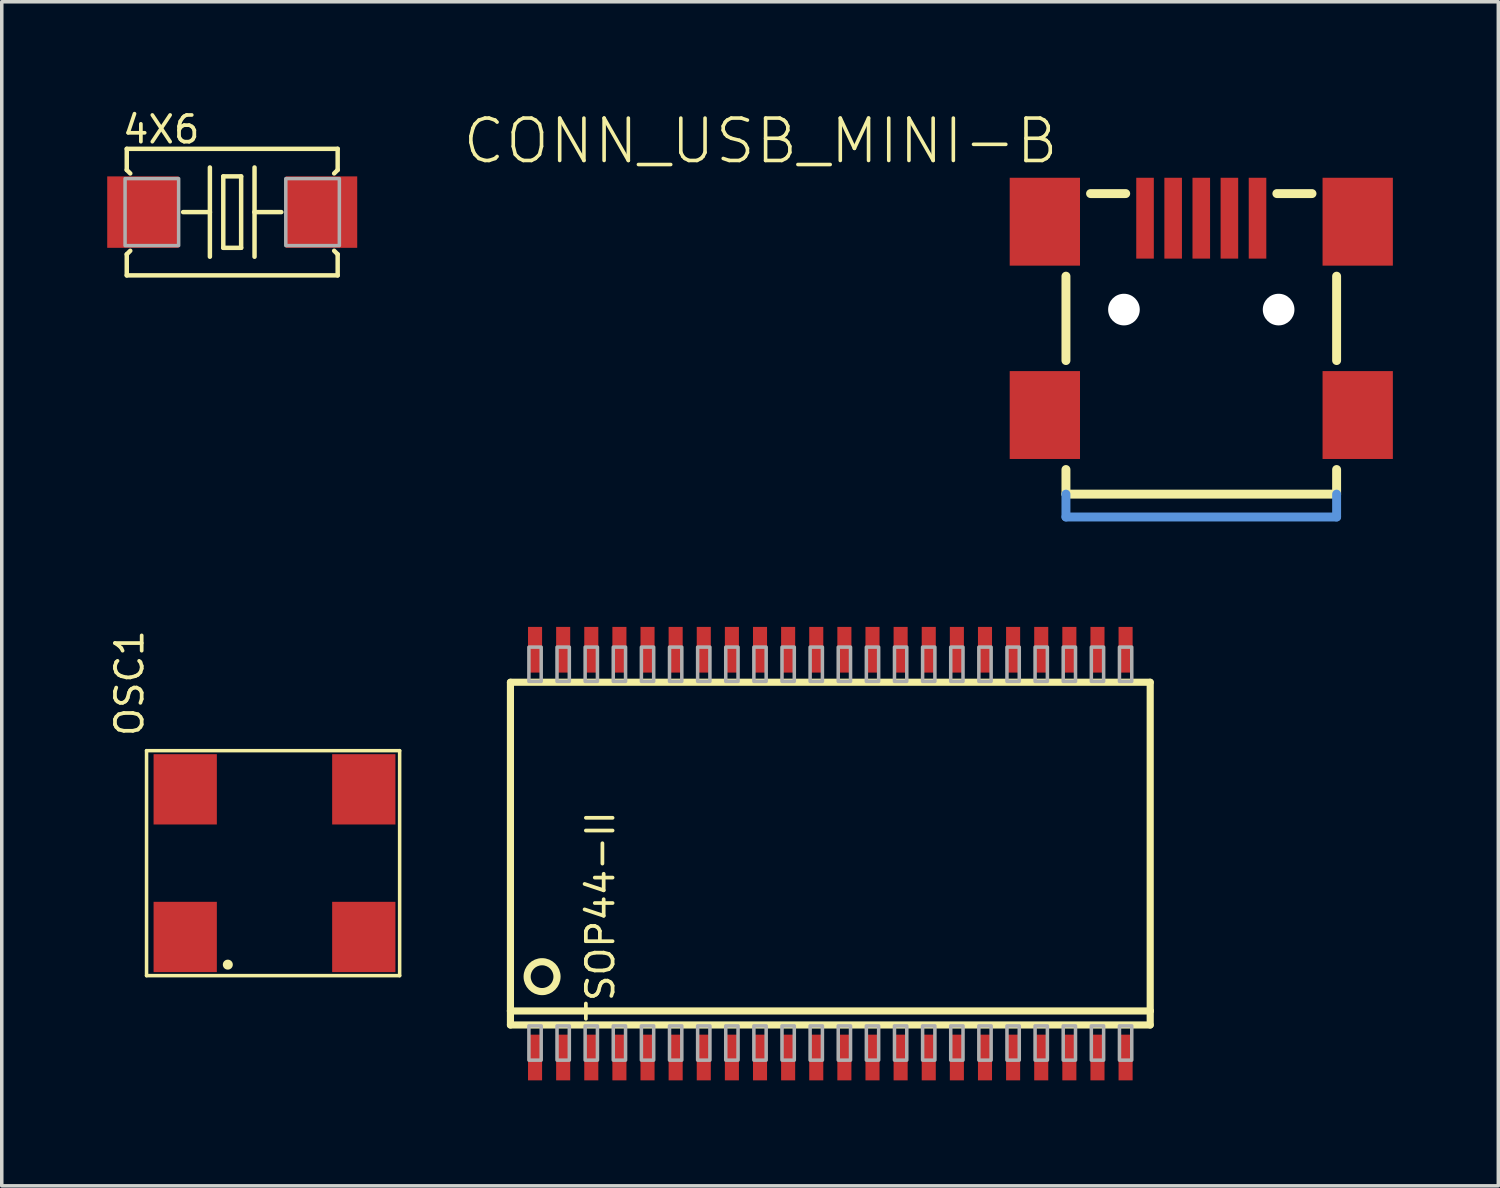
<source format=kicad_pcb>
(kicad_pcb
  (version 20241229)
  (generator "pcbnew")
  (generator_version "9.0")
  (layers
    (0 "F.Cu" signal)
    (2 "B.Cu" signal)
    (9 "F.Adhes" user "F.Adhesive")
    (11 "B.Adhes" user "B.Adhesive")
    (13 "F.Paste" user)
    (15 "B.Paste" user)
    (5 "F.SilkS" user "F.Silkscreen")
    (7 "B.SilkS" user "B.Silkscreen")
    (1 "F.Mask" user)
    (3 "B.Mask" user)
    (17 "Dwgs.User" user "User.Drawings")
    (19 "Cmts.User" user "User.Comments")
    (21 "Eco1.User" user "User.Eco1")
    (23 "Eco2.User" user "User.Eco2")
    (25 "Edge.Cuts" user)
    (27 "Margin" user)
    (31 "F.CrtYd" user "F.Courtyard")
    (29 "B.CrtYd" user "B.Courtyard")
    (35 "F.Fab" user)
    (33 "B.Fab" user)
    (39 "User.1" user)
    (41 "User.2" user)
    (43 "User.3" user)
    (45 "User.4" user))
  (footprint "TSOP44-II"
    (layer "F.Cu")
    (at 20.571 21.234)
    (property "Reference" "TSOP44-II" (at -6.985 -1.27 270) (layer "F.SilkS") (effects (font (size 0.76 0.76) (thickness 0.106)) (justify right top)))
    (attr through_hole)
    (fp_line (start -9.1 -4.875) (end -9.1 4.475) (stroke (width 0.203) (type solid)) (layer "F.SilkS"))
    (fp_line (start -9.1 4.475) (end -9.1 4.875) (stroke (width 0.203) (type solid)) (layer "F.SilkS"))
    (fp_line (start -9.1 4.475) (end 9.1 4.475) (stroke (width 0.203) (type solid)) (layer "F.SilkS"))
    (fp_line (start -9.1 4.875) (end 9.1 4.875) (stroke (width 0.203) (type solid)) (layer "F.SilkS"))
    (fp_line (start 9.1 -4.875) (end -9.1 -4.875) (stroke (width 0.203) (type solid)) (layer "F.SilkS"))
    (fp_line (start 9.1 4.475) (end 9.1 -4.875) (stroke (width 0.203) (type solid)) (layer "F.SilkS"))
    (fp_line (start 9.1 4.875) (end 9.1 4.475) (stroke (width 0.203) (type solid)) (layer "F.SilkS"))
    (fp_circle (center -8.2 3.5) (end -7.775 3.5) (stroke (width 0.203) (type solid)) (fill no) (layer "F.SilkS"))
    (fp_poly (pts (xy -8.575 5.875) (xy -8.225 5.875) (xy -8.225 4.9) (xy -8.575 4.9)) (stroke (width 0.1) (type solid)) (fill no) (layer "F.Fab"))
    (fp_poly (pts (xy -8.225 -5.875) (xy -8.575 -5.875) (xy -8.575 -4.9) (xy -8.225 -4.9)) (stroke (width 0.1) (type solid)) (fill no) (layer "F.Fab"))
    (fp_poly (pts (xy -7.775 5.875) (xy -7.425 5.875) (xy -7.425 4.9) (xy -7.775 4.9)) (stroke (width 0.1) (type solid)) (fill no) (layer "F.Fab"))
    (fp_poly (pts (xy -7.425 -5.875) (xy -7.775 -5.875) (xy -7.775 -4.9) (xy -7.425 -4.9)) (stroke (width 0.1) (type solid)) (fill no) (layer "F.Fab"))
    (fp_poly (pts (xy -6.975 5.875) (xy -6.625 5.875) (xy -6.625 4.9) (xy -6.975 4.9)) (stroke (width 0.1) (type solid)) (fill no) (layer "F.Fab"))
    (fp_poly (pts (xy -6.625 -5.875) (xy -6.975 -5.875) (xy -6.975 -4.9) (xy -6.625 -4.9)) (stroke (width 0.1) (type solid)) (fill no) (layer "F.Fab"))
    (fp_poly (pts (xy -6.175 5.875) (xy -5.825 5.875) (xy -5.825 4.9) (xy -6.175 4.9)) (stroke (width 0.1) (type solid)) (fill no) (layer "F.Fab"))
    (fp_poly (pts (xy -5.825 -5.875) (xy -6.175 -5.875) (xy -6.175 -4.9) (xy -5.825 -4.9)) (stroke (width 0.1) (type solid)) (fill no) (layer "F.Fab"))
    (fp_poly (pts (xy -5.375 5.875) (xy -5.025 5.875) (xy -5.025 4.9) (xy -5.375 4.9)) (stroke (width 0.1) (type solid)) (fill no) (layer "F.Fab"))
    (fp_poly (pts (xy -5.025 -5.875) (xy -5.375 -5.875) (xy -5.375 -4.9) (xy -5.025 -4.9)) (stroke (width 0.1) (type solid)) (fill no) (layer "F.Fab"))
    (fp_poly (pts (xy -4.575 5.875) (xy -4.225 5.875) (xy -4.225 4.9) (xy -4.575 4.9)) (stroke (width 0.1) (type solid)) (fill no) (layer "F.Fab"))
    (fp_poly (pts (xy -4.225 -5.875) (xy -4.575 -5.875) (xy -4.575 -4.9) (xy -4.225 -4.9)) (stroke (width 0.1) (type solid)) (fill no) (layer "F.Fab"))
    (fp_poly (pts (xy -3.775 5.875) (xy -3.425 5.875) (xy -3.425 4.9) (xy -3.775 4.9)) (stroke (width 0.1) (type solid)) (fill no) (layer "F.Fab"))
    (fp_poly (pts (xy -3.425 -5.875) (xy -3.775 -5.875) (xy -3.775 -4.9) (xy -3.425 -4.9)) (stroke (width 0.1) (type solid)) (fill no) (layer "F.Fab"))
    (fp_poly (pts (xy -2.975 5.875) (xy -2.625 5.875) (xy -2.625 4.9) (xy -2.975 4.9)) (stroke (width 0.1) (type solid)) (fill no) (layer "F.Fab"))
    (fp_poly (pts (xy -2.625 -5.875) (xy -2.975 -5.875) (xy -2.975 -4.9) (xy -2.625 -4.9)) (stroke (width 0.1) (type solid)) (fill no) (layer "F.Fab"))
    (fp_poly (pts (xy -2.175 5.875) (xy -1.825 5.875) (xy -1.825 4.9) (xy -2.175 4.9)) (stroke (width 0.1) (type solid)) (fill no) (layer "F.Fab"))
    (fp_poly (pts (xy -1.825 -5.875) (xy -2.175 -5.875) (xy -2.175 -4.9) (xy -1.825 -4.9)) (stroke (width 0.1) (type solid)) (fill no) (layer "F.Fab"))
    (fp_poly (pts (xy -1.375 5.875) (xy -1.025 5.875) (xy -1.025 4.9) (xy -1.375 4.9)) (stroke (width 0.1) (type solid)) (fill no) (layer "F.Fab"))
    (fp_poly (pts (xy -1.025 -5.875) (xy -1.375 -5.875) (xy -1.375 -4.9) (xy -1.025 -4.9)) (stroke (width 0.1) (type solid)) (fill no) (layer "F.Fab"))
    (fp_poly (pts (xy -0.575 5.875) (xy -0.225 5.875) (xy -0.225 4.9) (xy -0.575 4.9)) (stroke (width 0.1) (type solid)) (fill no) (layer "F.Fab"))
    (fp_poly (pts (xy -0.225 -5.875) (xy -0.575 -5.875) (xy -0.575 -4.9) (xy -0.225 -4.9)) (stroke (width 0.1) (type solid)) (fill no) (layer "F.Fab"))
    (fp_poly (pts (xy 0.225 5.875) (xy 0.575 5.875) (xy 0.575 4.9) (xy 0.225 4.9)) (stroke (width 0.1) (type solid)) (fill no) (layer "F.Fab"))
    (fp_poly (pts (xy 0.575 -5.875) (xy 0.225 -5.875) (xy 0.225 -4.9) (xy 0.575 -4.9)) (stroke (width 0.1) (type solid)) (fill no) (layer "F.Fab"))
    (fp_poly (pts (xy 1.025 5.875) (xy 1.375 5.875) (xy 1.375 4.9) (xy 1.025 4.9)) (stroke (width 0.1) (type solid)) (fill no) (layer "F.Fab"))
    (fp_poly (pts (xy 1.375 -5.875) (xy 1.025 -5.875) (xy 1.025 -4.9) (xy 1.375 -4.9)) (stroke (width 0.1) (type solid)) (fill no) (layer "F.Fab"))
    (fp_poly (pts (xy 1.825 5.875) (xy 2.175 5.875) (xy 2.175 4.9) (xy 1.825 4.9)) (stroke (width 0.1) (type solid)) (fill no) (layer "F.Fab"))
    (fp_poly (pts (xy 2.175 -5.875) (xy 1.825 -5.875) (xy 1.825 -4.9) (xy 2.175 -4.9)) (stroke (width 0.1) (type solid)) (fill no) (layer "F.Fab"))
    (fp_poly (pts (xy 2.625 5.875) (xy 2.975 5.875) (xy 2.975 4.9) (xy 2.625 4.9)) (stroke (width 0.1) (type solid)) (fill no) (layer "F.Fab"))
    (fp_poly (pts (xy 2.975 -5.875) (xy 2.625 -5.875) (xy 2.625 -4.9) (xy 2.975 -4.9)) (stroke (width 0.1) (type solid)) (fill no) (layer "F.Fab"))
    (fp_poly (pts (xy 3.425 5.875) (xy 3.775 5.875) (xy 3.775 4.9) (xy 3.425 4.9)) (stroke (width 0.1) (type solid)) (fill no) (layer "F.Fab"))
    (fp_poly (pts (xy 3.775 -5.875) (xy 3.425 -5.875) (xy 3.425 -4.9) (xy 3.775 -4.9)) (stroke (width 0.1) (type solid)) (fill no) (layer "F.Fab"))
    (fp_poly (pts (xy 4.225 5.875) (xy 4.575 5.875) (xy 4.575 4.9) (xy 4.225 4.9)) (stroke (width 0.1) (type solid)) (fill no) (layer "F.Fab"))
    (fp_poly (pts (xy 4.575 -5.875) (xy 4.225 -5.875) (xy 4.225 -4.9) (xy 4.575 -4.9)) (stroke (width 0.1) (type solid)) (fill no) (layer "F.Fab"))
    (fp_poly (pts (xy 5.025 5.875) (xy 5.375 5.875) (xy 5.375 4.9) (xy 5.025 4.9)) (stroke (width 0.1) (type solid)) (fill no) (layer "F.Fab"))
    (fp_poly (pts (xy 5.375 -5.875) (xy 5.025 -5.875) (xy 5.025 -4.9) (xy 5.375 -4.9)) (stroke (width 0.1) (type solid)) (fill no) (layer "F.Fab"))
    (fp_poly (pts (xy 5.825 5.875) (xy 6.175 5.875) (xy 6.175 4.9) (xy 5.825 4.9)) (stroke (width 0.1) (type solid)) (fill no) (layer "F.Fab"))
    (fp_poly (pts (xy 6.175 -5.875) (xy 5.825 -5.875) (xy 5.825 -4.9) (xy 6.175 -4.9)) (stroke (width 0.1) (type solid)) (fill no) (layer "F.Fab"))
    (fp_poly (pts (xy 6.625 5.875) (xy 6.975 5.875) (xy 6.975 4.9) (xy 6.625 4.9)) (stroke (width 0.1) (type solid)) (fill no) (layer "F.Fab"))
    (fp_poly (pts (xy 6.975 -5.875) (xy 6.625 -5.875) (xy 6.625 -4.9) (xy 6.975 -4.9)) (stroke (width 0.1) (type solid)) (fill no) (layer "F.Fab"))
    (fp_poly (pts (xy 7.425 5.875) (xy 7.775 5.875) (xy 7.775 4.9) (xy 7.425 4.9)) (stroke (width 0.1) (type solid)) (fill no) (layer "F.Fab"))
    (fp_poly (pts (xy 7.775 -5.875) (xy 7.425 -5.875) (xy 7.425 -4.9) (xy 7.775 -4.9)) (stroke (width 0.1) (type solid)) (fill no) (layer "F.Fab"))
    (fp_poly (pts (xy 8.225 5.875) (xy 8.575 5.875) (xy 8.575 4.9) (xy 8.225 4.9)) (stroke (width 0.1) (type solid)) (fill no) (layer "F.Fab"))
    (fp_poly (pts (xy 8.575 -5.875) (xy 8.225 -5.875) (xy 8.225 -4.9) (xy 8.575 -4.9)) (stroke (width 0.1) (type solid)) (fill no) (layer "F.Fab"))
    (pad "1" smd rect (at -8.4 5.8) (size 0.4 1.3) (layers "F.Cu" "F.Mask" "F.Paste"))
    (pad "2" smd rect (at -7.6 5.8) (size 0.4 1.3) (layers "F.Cu" "F.Mask" "F.Paste"))
    (pad "3" smd rect (at -6.8 5.8) (size 0.4 1.3) (layers "F.Cu" "F.Mask" "F.Paste"))
    (pad "4" smd rect (at -6 5.8) (size 0.4 1.3) (layers "F.Cu" "F.Mask" "F.Paste"))
    (pad "5" smd rect (at -5.2 5.8) (size 0.4 1.3) (layers "F.Cu" "F.Mask" "F.Paste"))
    (pad "6" smd rect (at -4.4 5.8) (size 0.4 1.3) (layers "F.Cu" "F.Mask" "F.Paste"))
    (pad "7" smd rect (at -3.6 5.8) (size 0.4 1.3) (layers "F.Cu" "F.Mask" "F.Paste"))
    (pad "8" smd rect (at -2.8 5.8) (size 0.4 1.3) (layers "F.Cu" "F.Mask" "F.Paste"))
    (pad "9" smd rect (at -2 5.8) (size 0.4 1.3) (layers "F.Cu" "F.Mask" "F.Paste"))
    (pad "10" smd rect (at -1.2 5.8) (size 0.4 1.3) (layers "F.Cu" "F.Mask" "F.Paste"))
    (pad "11" smd rect (at -0.4 5.8) (size 0.4 1.3) (layers "F.Cu" "F.Mask" "F.Paste"))
    (pad "12" smd rect (at 0.4 5.8) (size 0.4 1.3) (layers "F.Cu" "F.Mask" "F.Paste"))
    (pad "13" smd rect (at 1.2 5.8) (size 0.4 1.3) (layers "F.Cu" "F.Mask" "F.Paste"))
    (pad "14" smd rect (at 2 5.8) (size 0.4 1.3) (layers "F.Cu" "F.Mask" "F.Paste"))
    (pad "15" smd rect (at 2.8 5.8) (size 0.4 1.3) (layers "F.Cu" "F.Mask" "F.Paste"))
    (pad "16" smd rect (at 3.6 5.8) (size 0.4 1.3) (layers "F.Cu" "F.Mask" "F.Paste"))
    (pad "17" smd rect (at 4.4 5.8) (size 0.4 1.3) (layers "F.Cu" "F.Mask" "F.Paste"))
    (pad "18" smd rect (at 5.2 5.8) (size 0.4 1.3) (layers "F.Cu" "F.Mask" "F.Paste"))
    (pad "19" smd rect (at 6 5.8) (size 0.4 1.3) (layers "F.Cu" "F.Mask" "F.Paste"))
    (pad "20" smd rect (at 6.8 5.8) (size 0.4 1.3) (layers "F.Cu" "F.Mask" "F.Paste"))
    (pad "21" smd rect (at 7.6 5.8) (size 0.4 1.3) (layers "F.Cu" "F.Mask" "F.Paste"))
    (pad "22" smd rect (at 8.4 5.8) (size 0.4 1.3) (layers "F.Cu" "F.Mask" "F.Paste"))
    (pad "23" smd rect (at 8.4 -5.8 180) (size 0.4 1.3) (layers "F.Cu" "F.Mask" "F.Paste"))
    (pad "24" smd rect (at 7.6 -5.8 180) (size 0.4 1.3) (layers "F.Cu" "F.Mask" "F.Paste"))
    (pad "25" smd rect (at 6.8 -5.8 180) (size 0.4 1.3) (layers "F.Cu" "F.Mask" "F.Paste"))
    (pad "26" smd rect (at 6 -5.8 180) (size 0.4 1.3) (layers "F.Cu" "F.Mask" "F.Paste"))
    (pad "27" smd rect (at 5.2 -5.8 180) (size 0.4 1.3) (layers "F.Cu" "F.Mask" "F.Paste"))
    (pad "28" smd rect (at 4.4 -5.8 180) (size 0.4 1.3) (layers "F.Cu" "F.Mask" "F.Paste"))
    (pad "29" smd rect (at 3.6 -5.8 180) (size 0.4 1.3) (layers "F.Cu" "F.Mask" "F.Paste"))
    (pad "30" smd rect (at 2.8 -5.8 180) (size 0.4 1.3) (layers "F.Cu" "F.Mask" "F.Paste"))
    (pad "31" smd rect (at 2 -5.8 180) (size 0.4 1.3) (layers "F.Cu" "F.Mask" "F.Paste"))
    (pad "32" smd rect (at 1.2 -5.8 180) (size 0.4 1.3) (layers "F.Cu" "F.Mask" "F.Paste"))
    (pad "33" smd rect (at 0.4 -5.8 180) (size 0.4 1.3) (layers "F.Cu" "F.Mask" "F.Paste"))
    (pad "34" smd rect (at -0.4 -5.8 180) (size 0.4 1.3) (layers "F.Cu" "F.Mask" "F.Paste"))
    (pad "35" smd rect (at -1.2 -5.8 180) (size 0.4 1.3) (layers "F.Cu" "F.Mask" "F.Paste"))
    (pad "36" smd rect (at -2 -5.8 180) (size 0.4 1.3) (layers "F.Cu" "F.Mask" "F.Paste"))
    (pad "37" smd rect (at -2.8 -5.8 180) (size 0.4 1.3) (layers "F.Cu" "F.Mask" "F.Paste"))
    (pad "38" smd rect (at -3.6 -5.8 180) (size 0.4 1.3) (layers "F.Cu" "F.Mask" "F.Paste"))
    (pad "39" smd rect (at -4.4 -5.8 180) (size 0.4 1.3) (layers "F.Cu" "F.Mask" "F.Paste"))
    (pad "40" smd rect (at -5.2 -5.8 180) (size 0.4 1.3) (layers "F.Cu" "F.Mask" "F.Paste"))
    (pad "41" smd rect (at -6 -5.8 180) (size 0.4 1.3) (layers "F.Cu" "F.Mask" "F.Paste"))
    (pad "42" smd rect (at -6.8 -5.8 180) (size 0.4 1.3) (layers "F.Cu" "F.Mask" "F.Paste"))
    (pad "43" smd rect (at -7.6 -5.8 180) (size 0.4 1.3) (layers "F.Cu" "F.Mask" "F.Paste"))
    (pad "44" smd rect (at -8.4 -5.8 180) (size 0.4 1.3) (layers "F.Cu" "F.Mask" "F.Paste")))
  (footprint "OSC1"
    (layer "F.Cu")
    (at 2.219 23.605)
    (property "Reference" "OSC1" (at -1.14 -5.65 90) (layer "F.SilkS") (effects (font (size 0.76 0.76) (thickness 0.106)) (justify left bottom)))
    (attr through_hole)
    (fp_line (start -1.1 -5.3) (end -1.1 1.1) (stroke (width 0.1) (type solid)) (layer "F.SilkS"))
    (fp_line (start -1.1 -5.3) (end 6.1 -5.3) (stroke (width 0.1) (type solid)) (layer "F.SilkS"))
    (fp_line (start -1.1 1.1) (end 6.1 1.1) (stroke (width 0.1) (type solid)) (layer "F.SilkS"))
    (fp_line (start 6.1 -5.3) (end 6.1 1.1) (stroke (width 0.1) (type solid)) (layer "F.SilkS"))
    (fp_circle (center 1.212 0.787) (end 1.354 0.787) (stroke (width 0) (type solid)) (fill yes) (layer "F.SilkS"))
    (pad "1@1" smd rect (at 0 0) (size 1.8 2) (layers "F.Cu" "F.Mask" "F.Paste"))
    (pad "2@2" smd rect (at 5.08 0) (size 1.8 2) (layers "F.Cu" "F.Mask" "F.Paste"))
    (pad "3@3" smd rect (at 5.08 -4.2) (size 1.8 2) (layers "F.Cu" "F.Mask" "F.Paste"))
    (pad "4@4" smd rect (at 0 -4.2) (size 1.8 2) (layers "F.Cu" "F.Mask" "F.Paste")))
  (footprint "4X6"
    (layer "F.Cu")
    (at 3.556 2.984)
    (property "Reference" "4X6" (at -3.175 -1.905 180) (layer "F.SilkS") (effects (font (size 0.76 0.76) (thickness 0.106)) (justify left bottom)))
    (attr through_hole)
    (fp_line (start -3 -1.8) (end -3 -1.2) (stroke (width 0.127) (type solid)) (layer "F.SilkS"))
    (fp_line (start -3 -1.2) (end -2.9 -1.1) (stroke (width 0.127) (type solid)) (layer "F.SilkS"))
    (fp_line (start -3 1.2) (end -3 1.8) (stroke (width 0.127) (type solid)) (layer "F.SilkS"))
    (fp_line (start -3 1.8) (end 3 1.8) (stroke (width 0.127) (type solid)) (layer "F.SilkS"))
    (fp_line (start -2.9 1.1) (end -3 1.2) (stroke (width 0.127) (type solid)) (layer "F.SilkS"))
    (fp_line (start -0.635 -1.27) (end -0.635 0) (stroke (width 0.127) (type solid)) (layer "F.SilkS"))
    (fp_line (start -0.635 0) (end -1.397 0) (stroke (width 0.127) (type solid)) (layer "F.SilkS"))
    (fp_line (start -0.635 0) (end -0.635 1.27) (stroke (width 0.127) (type solid)) (layer "F.SilkS"))
    (fp_line (start -0.254 -1.016) (end -0.254 1.016) (stroke (width 0.127) (type solid)) (layer "F.SilkS"))
    (fp_line (start -0.254 1.016) (end 0.254 1.016) (stroke (width 0.127) (type solid)) (layer "F.SilkS"))
    (fp_line (start 0.254 -1.016) (end -0.254 -1.016) (stroke (width 0.127) (type solid)) (layer "F.SilkS"))
    (fp_line (start 0.254 1.016) (end 0.254 -1.016) (stroke (width 0.127) (type solid)) (layer "F.SilkS"))
    (fp_line (start 0.635 -1.27) (end 0.635 0) (stroke (width 0.127) (type solid)) (layer "F.SilkS"))
    (fp_line (start 0.635 0) (end 0.635 1.27) (stroke (width 0.127) (type solid)) (layer "F.SilkS"))
    (fp_line (start 0.635 0) (end 1.397 0) (stroke (width 0.127) (type solid)) (layer "F.SilkS"))
    (fp_line (start 2.9 -1.1) (end 3 -1.2) (stroke (width 0.127) (type solid)) (layer "F.SilkS"))
    (fp_line (start 3 -1.8) (end -3 -1.8) (stroke (width 0.127) (type solid)) (layer "F.SilkS"))
    (fp_line (start 3 -1.2) (end 3 -1.8) (stroke (width 0.127) (type solid)) (layer "F.SilkS"))
    (fp_line (start 3 1.2) (end 2.9 1.1) (stroke (width 0.127) (type solid)) (layer "F.SilkS"))
    (fp_line (start 3 1.8) (end 3 1.2) (stroke (width 0.127) (type solid)) (layer "F.SilkS"))
    (fp_poly (pts (xy -3.048 0.953) (xy -1.524 0.953) (xy -1.524 -0.953) (xy -3.048 -0.953)) (stroke (width 0.1) (type solid)) (fill no) (layer "F.Fab"))
    (fp_poly (pts (xy 1.524 0.953) (xy 3.048 0.953) (xy 3.048 -0.953) (xy 1.524 -0.953)) (stroke (width 0.1) (type solid)) (fill no) (layer "F.Fab"))
    (pad "1" smd rect (at -2.54 0) (size 2.032 2.032) (layers "F.Cu" "F.Mask" "F.Paste"))
    (pad "2" smd rect (at 2.54 0) (size 2.032 2.032) (layers "F.Cu" "F.Mask" "F.Paste")))
  (footprint "CONN_USB_MINI-B"
    (layer "F.Cu")
    (at 31.124 5.757)
    (property "Reference" "CONN_USB_MINI-B" (at -4 -5.5 0) (layer "F.SilkS") (effects (font (size 1.206 1.206) (thickness 0.102)) (justify right top)))
    (attr through_hole)
    (fp_line (start -3.85 -0.95) (end -3.85 1.45) (stroke (width 0.254) (type solid)) (layer "F.SilkS"))
    (fp_line (start -3.85 4.55) (end -3.85 5.25) (stroke (width 0.254) (type solid)) (layer "F.SilkS"))
    (fp_line (start -3.15 -3.3) (end -2.15 -3.3) (stroke (width 0.254) (type solid)) (layer "F.SilkS"))
    (fp_line (start 2.15 -3.3) (end 3.15 -3.3) (stroke (width 0.254) (type solid)) (layer "F.SilkS"))
    (fp_line (start 3.85 -0.95) (end 3.85 1.45) (stroke (width 0.254) (type solid)) (layer "F.SilkS"))
    (fp_line (start 3.85 4.55) (end 3.85 5.25) (stroke (width 0.254) (type solid)) (layer "F.SilkS"))
    (fp_line (start 3.85 5.25) (end -3.85 5.25) (stroke (width 0.254) (type solid)) (layer "F.SilkS"))
    (fp_line (start -3.85 5.25) (end -3.85 5.9) (stroke (width 0.254) (type solid)) (layer "Cmts.User"))
    (fp_line (start -3.85 5.9) (end 3.85 5.9) (stroke (width 0.254) (type solid)) (layer "Cmts.User"))
    (fp_line (start 3.85 5.9) (end 3.85 5.25) (stroke (width 0.254) (type solid)) (layer "Cmts.User"))
    (pad "" np_thru_hole circle (at -2.2 0) (size 0.9 0.9) (drill 0.9) (layers "*.Cu"))
    (pad "" np_thru_hole circle (at 2.2 0) (size 0.9 0.9) (drill 0.9) (layers "*.Cu"))
    (pad "BODY@1" smd rect (at -4.45 -2.5) (size 2 2.5) (layers "F.Cu" "F.Mask" "F.Paste"))
    (pad "BODY@2" smd rect (at 4.45 -2.5) (size 2 2.5) (layers "F.Cu" "F.Mask" "F.Paste"))
    (pad "BODY@3" smd rect (at 4.45 3) (size 2 2.5) (layers "F.Cu" "F.Mask" "F.Paste"))
    (pad "BODY@4" smd rect (at -4.45 3) (size 2 2.5) (layers "F.Cu" "F.Mask" "F.Paste"))
    (pad "D+" smd rect (at 0 -2.6) (size 0.5 2.3) (layers "F.Cu" "F.Mask" "F.Paste"))
    (pad "D-" smd rect (at -0.8 -2.6) (size 0.5 2.3) (layers "F.Cu" "F.Mask" "F.Paste"))
    (pad "GND" smd rect (at 1.6 -2.6) (size 0.5 2.3) (layers "F.Cu" "F.Mask" "F.Paste"))
    (pad "ID" smd rect (at 0.8 -2.6) (size 0.5 2.3) (layers "F.Cu" "F.Mask" "F.Paste"))
    (pad "VUSB" smd rect (at -1.6 -2.6) (size 0.5 2.3) (layers "F.Cu" "F.Mask" "F.Paste")))
  (gr_rect
    (start -3 -3)
    (end 39.574 30.684)
    (stroke (width 0.1) (type default))
    (fill no)
    (layer "Edge.Cuts")))
</source>
